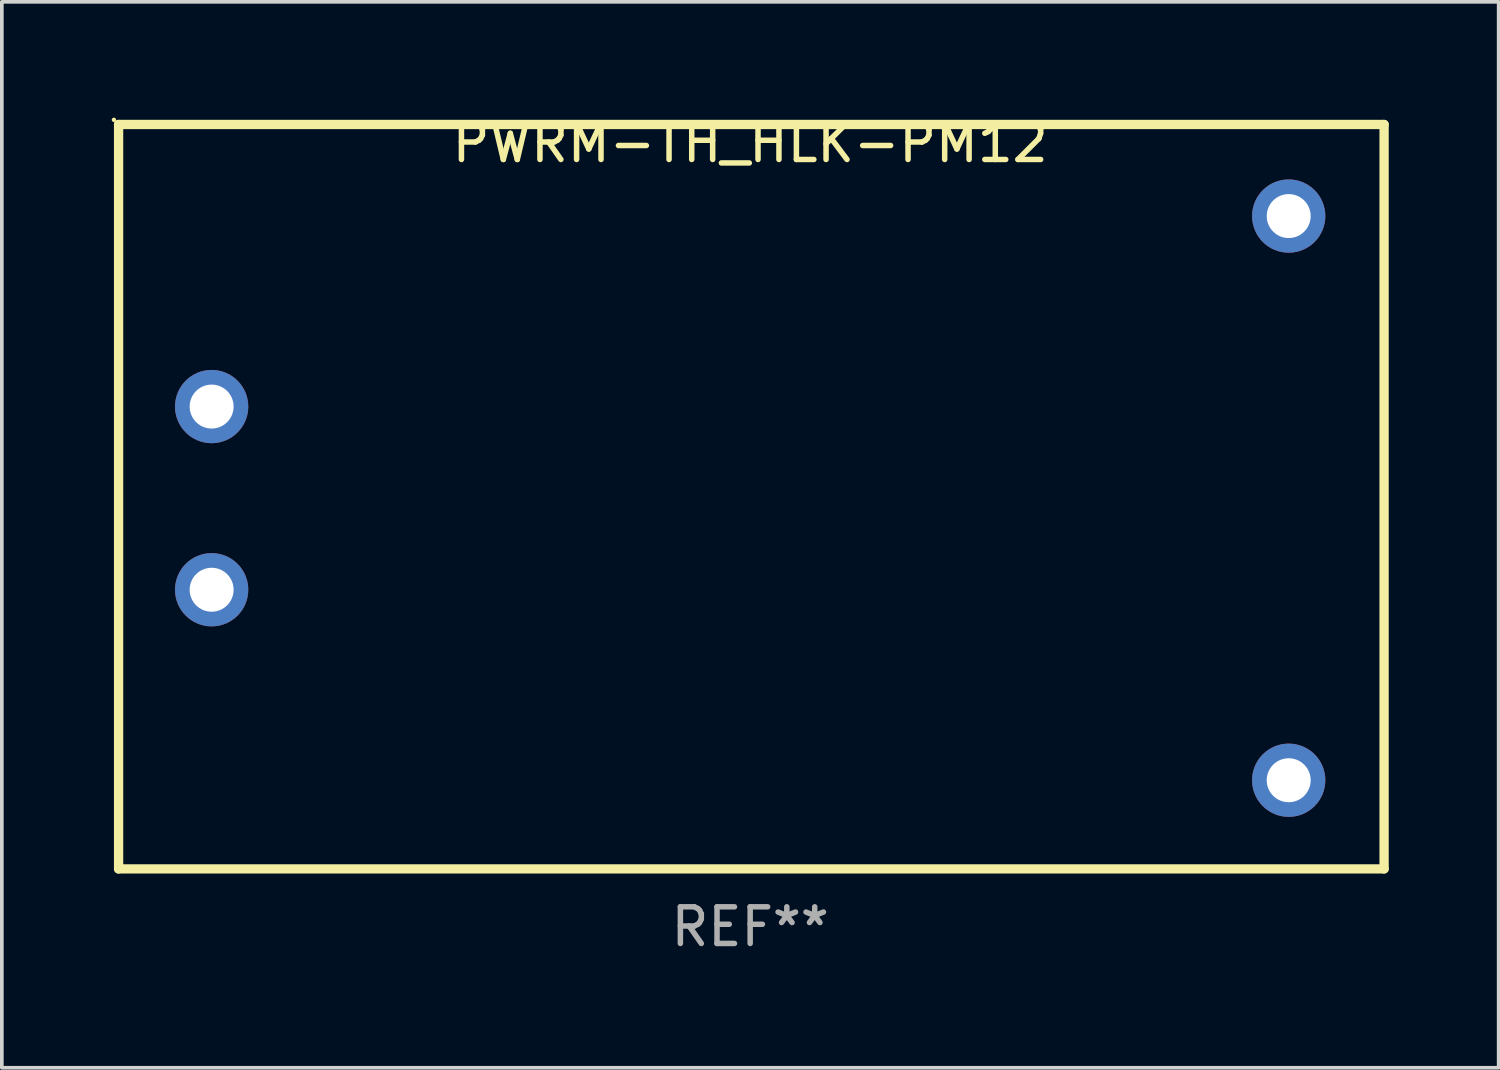
<source format=kicad_pcb>
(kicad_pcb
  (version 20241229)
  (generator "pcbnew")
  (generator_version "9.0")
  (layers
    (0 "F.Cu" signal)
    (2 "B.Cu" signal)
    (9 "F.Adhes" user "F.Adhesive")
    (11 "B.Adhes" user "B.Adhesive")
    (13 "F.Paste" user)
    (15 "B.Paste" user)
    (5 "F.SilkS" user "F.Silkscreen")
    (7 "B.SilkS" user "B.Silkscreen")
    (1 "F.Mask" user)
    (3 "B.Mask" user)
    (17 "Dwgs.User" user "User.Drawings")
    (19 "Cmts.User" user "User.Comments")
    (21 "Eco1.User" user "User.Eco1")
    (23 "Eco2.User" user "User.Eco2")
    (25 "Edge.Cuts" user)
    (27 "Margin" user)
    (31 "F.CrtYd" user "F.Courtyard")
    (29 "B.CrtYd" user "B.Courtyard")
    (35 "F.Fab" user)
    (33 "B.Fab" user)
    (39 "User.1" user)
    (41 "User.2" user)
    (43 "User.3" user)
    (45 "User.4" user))
  (footprint "PWRM-TH_HLK-PM12"
    (layer "F.Cu")
    (at 17.427 10.548)
    (property "Reference" "PWRM-TH_HLK-PM12" (at 0 -9.7 0) (layer "F.SilkS") (effects (font (size 1 1) (thickness 0.15))))
    (attr through_hole)
    (fp_line (start -17.24 -10.2) (end -17.24 10.12) (stroke (width 0.254) (type solid)) (layer "F.SilkS"))
    (fp_line (start -17.24 10.12) (end 17.304 10.12) (stroke (width 0.254) (type solid)) (layer "F.SilkS"))
    (fp_line (start 17.304 -10.2) (end -17.24 -10.2) (stroke (width 0.254) (type solid)) (layer "F.SilkS"))
    (fp_line (start 17.304 10.12) (end 17.304 -10.2) (stroke (width 0.254) (type solid)) (layer "F.SilkS"))
    (fp_circle (center -17.367 -10.327) (end -17.337 -10.327) (stroke (width 0.06) (type solid)) (fill no) (layer "F.SilkS"))
    (fp_text user "REF**" (at 0 11.7 0) (layer "F.Fab") (effects (font (size 1 1) (thickness 0.15))))
    (pad "1" thru_hole circle (at -14.7 -2.5) (size 2 2) (drill 1.2) (layers "*.Cu" "*.Mask"))
    (pad "2" thru_hole circle (at -14.7 2.5) (size 2 2) (drill 1.2) (layers "*.Cu" "*.Mask"))
    (pad "3" thru_hole circle (at 14.7 -7.7) (size 2 2) (drill 1.2) (layers "*.Cu" "*.Mask"))
    (pad "4" thru_hole circle (at 14.7 7.7) (size 2 2) (drill 1.2) (layers "*.Cu" "*.Mask")))
  (gr_rect
    (start -3 -3)
    (end 37.858 26.097)
    (stroke (width 0.1) (type default))
    (fill no)
    (layer "Edge.Cuts")))
</source>
